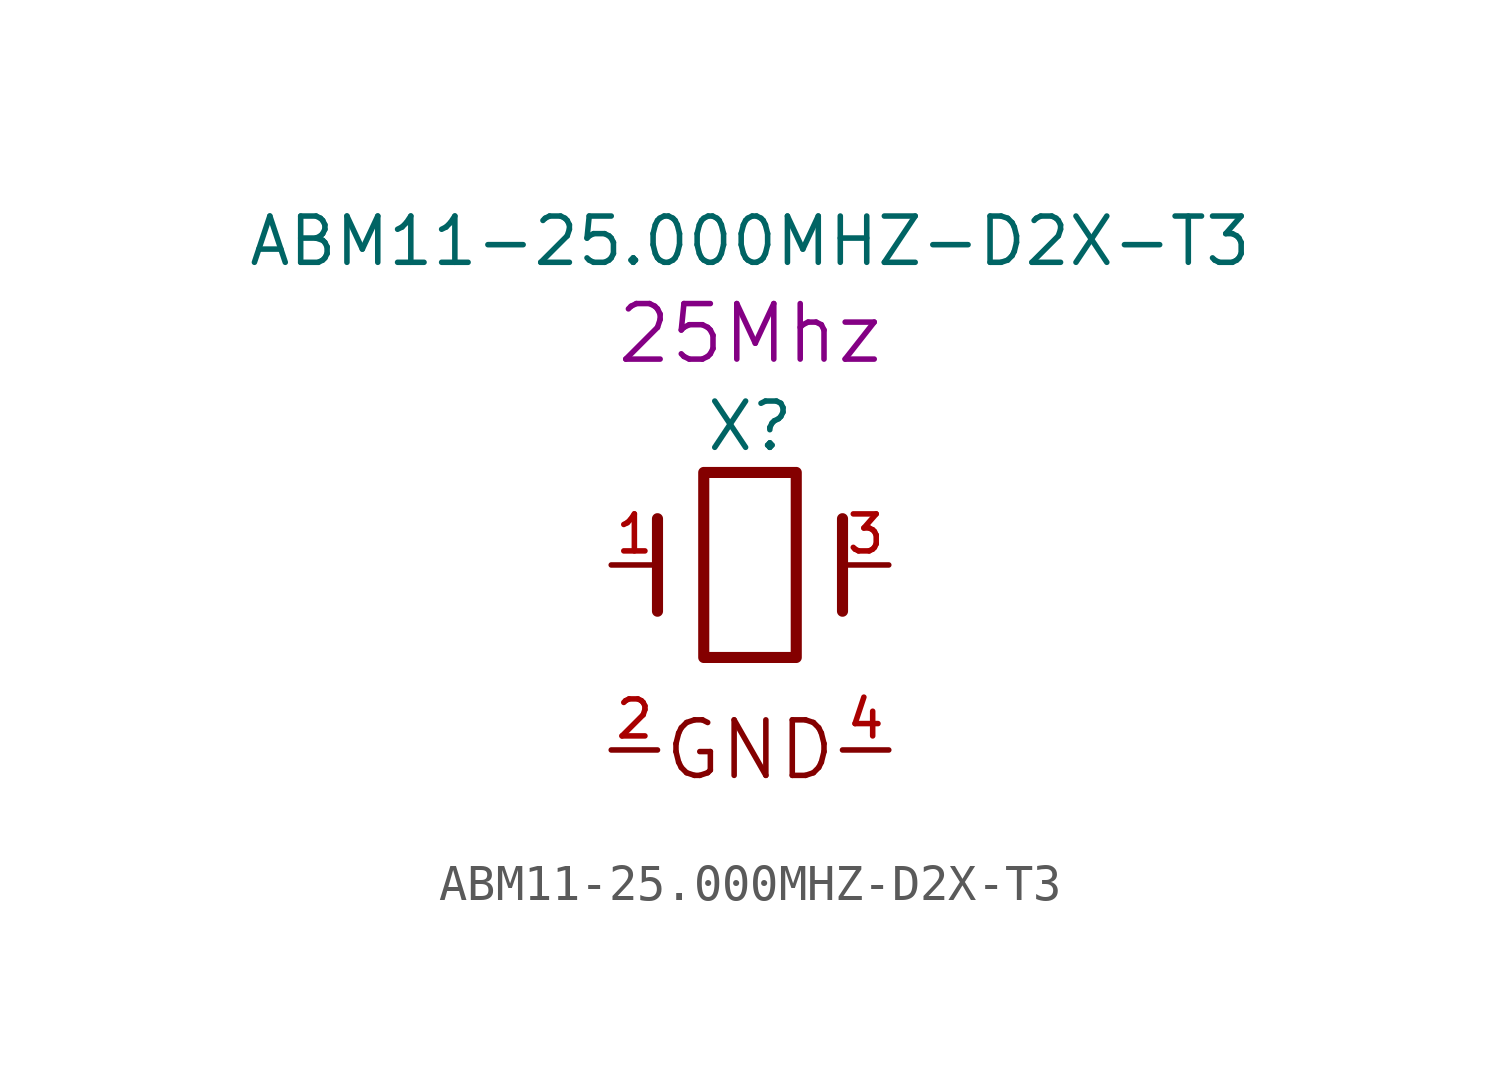
<source format=kicad_sym>
(kicad_symbol_lib
  (version 20220914)
  (generator kicad_symbol_editor)
  (symbol "ABM11-25.000MHZ-D2X-T3"
    (pin_names
      (offset 1.016) hide)
    (property "Reference" "X"
      (at 0 3.81 0)
      (effects (font (size 1.27 1.27))))
    (property "Value" "ABM11-25.000MHZ-D2X-T3"
      (at 0 8.89 0)
      (effects (font (size 1.27 1.27))))
    (property "Datasheet" ""
      (at 0 3.81 0)
      (effects (font (size 1.27 1.27))))
    (property "Value2" "25Mhz"
      (at 0 6.35 0)
      (effects (font (size 1.524 1.524))))
    (symbol "ABM11-25.000MHZ-D2X-T3_0_0"
      (text "GND" (at 0 -5.08 0) (effects (font (size 1.524 1.524)))))
    (symbol "ABM11-25.000MHZ-D2X-T3_0_1"
      (rectangle (start -1.27 2.54) (end 1.27 -2.54) (stroke (width 0.305) (type solid)) (fill (type none)))
      (polyline (pts (xy -2.54 -1.27) (xy -2.54 1.27)) (stroke (width 0.305) (type solid)) (fill (type none)))
      (polyline (pts (xy 2.54 -1.27) (xy 2.54 1.27)) (stroke (width 0.305) (type solid)) (fill (type none))))
    (symbol "ABM11-25.000MHZ-D2X-T3_1_1"
      (pin passive line (at -3.81 0 0) (length 1.27) (name "1" (effects (font (size 1.016 1.016)))) (number "1" (effects (font (size 1.016 1.016)))))
      (pin passive line (at -3.81 -5.08 0) (length 1.27) (name "GND" (effects (font (size 1.016 1.016)))) (number "2" (effects (font (size 1.016 1.016)))))
      (pin passive line (at 3.81 0 180) (length 1.27) (name "3" (effects (font (size 1.016 1.016)))) (number "3" (effects (font (size 1.016 1.016)))))
      (pin passive line (at 3.81 -5.08 180) (length 1.27) (name "GND" (effects (font (size 1.016 1.016)))) (number "4" (effects (font (size 1.016 1.016))))))))
</source>
